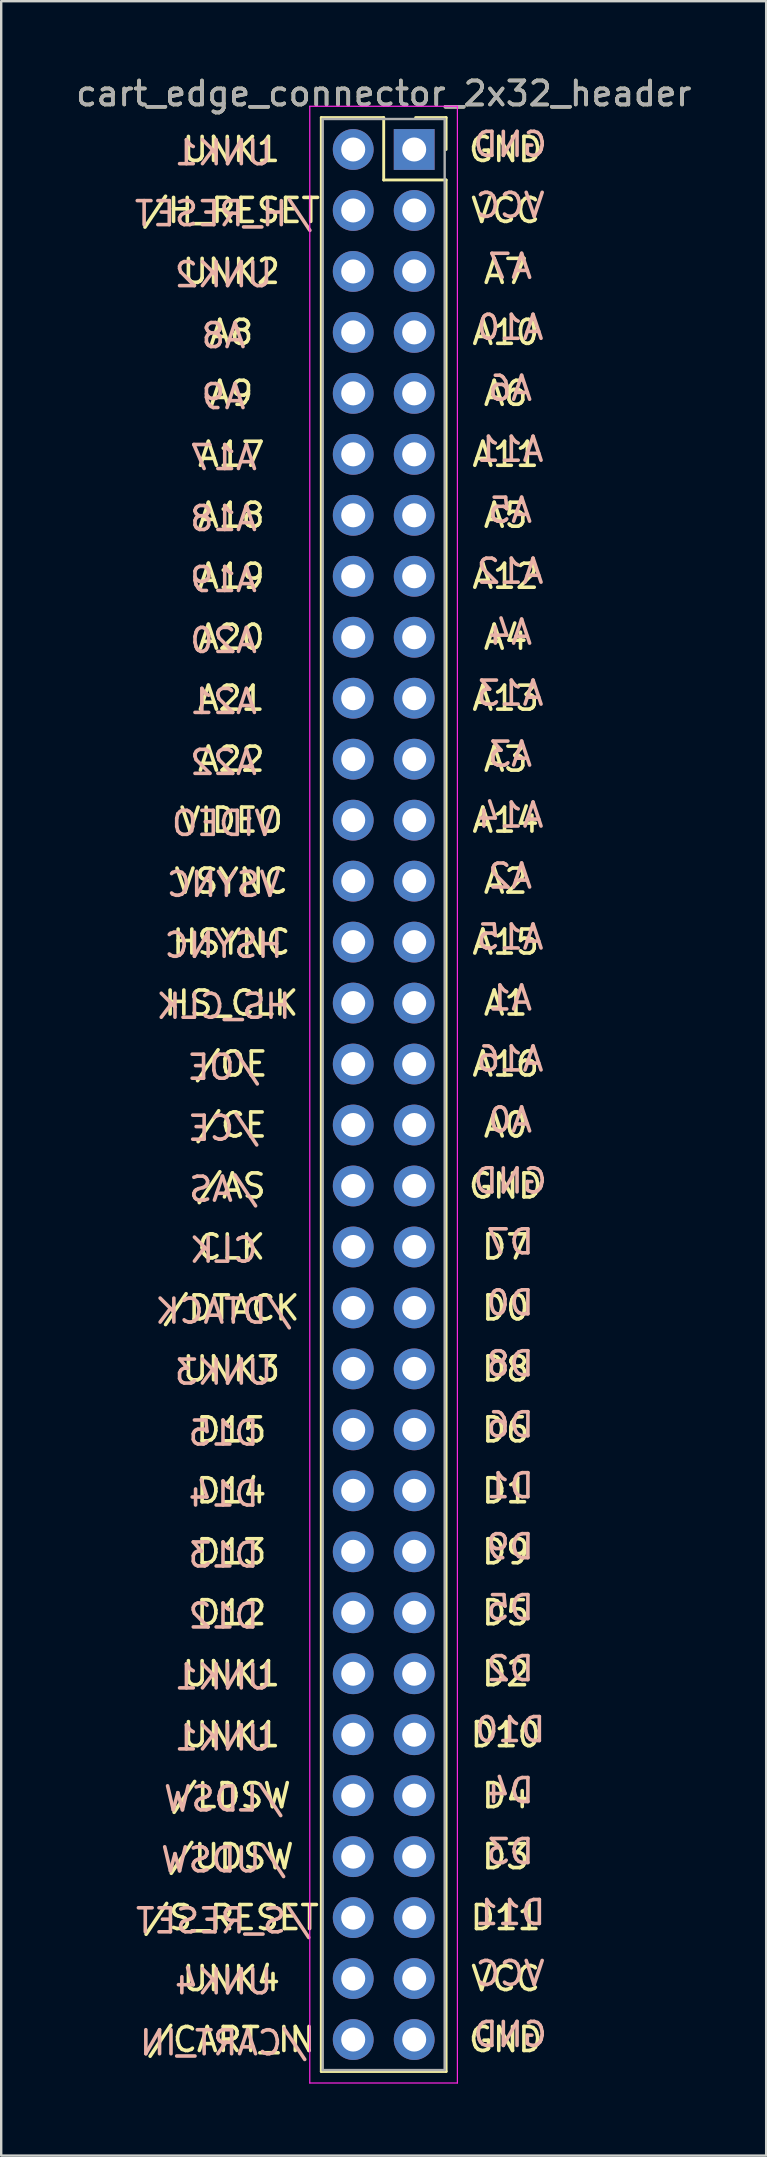
<source format=kicad_pcb>
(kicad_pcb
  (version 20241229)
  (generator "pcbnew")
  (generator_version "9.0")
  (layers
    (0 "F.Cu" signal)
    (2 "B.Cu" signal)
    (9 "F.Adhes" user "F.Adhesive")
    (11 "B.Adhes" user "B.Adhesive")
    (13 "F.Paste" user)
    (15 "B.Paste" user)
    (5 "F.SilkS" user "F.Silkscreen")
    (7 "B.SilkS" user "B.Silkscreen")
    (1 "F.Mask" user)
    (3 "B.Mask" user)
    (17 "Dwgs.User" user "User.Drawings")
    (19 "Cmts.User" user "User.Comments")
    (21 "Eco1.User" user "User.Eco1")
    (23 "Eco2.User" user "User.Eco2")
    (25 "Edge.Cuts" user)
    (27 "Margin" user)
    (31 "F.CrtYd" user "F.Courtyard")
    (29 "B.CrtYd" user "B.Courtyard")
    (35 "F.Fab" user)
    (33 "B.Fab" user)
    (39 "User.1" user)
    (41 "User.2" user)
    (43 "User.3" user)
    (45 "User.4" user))
  (footprint "cart_edge_connector_2x32_header"
    (layer "F.Cu")
    (at 14.205 3.178)
    (property "Reference" "cart_edge_connector_2x32_header" (at -1.27 -2.33 0) (layer "F.SilkS") (effects (font (size 1 1) (thickness 0.15))))
    (attr through_hole)
    (fp_line (start -3.87 -1.33) (end -1.27 -1.33) (stroke (width 0.12) (type solid)) (layer "F.SilkS"))
    (fp_line (start -3.87 80.07) (end -3.87 -1.33) (stroke (width 0.12) (type solid)) (layer "F.SilkS"))
    (fp_line (start -1.27 -1.33) (end -1.27 1.27) (stroke (width 0.12) (type solid)) (layer "F.SilkS"))
    (fp_line (start -1.27 1.27) (end 1.33 1.27) (stroke (width 0.12) (type solid)) (layer "F.SilkS"))
    (fp_line (start 1.33 -1.33) (end 0.06 -1.33) (stroke (width 0.12) (type solid)) (layer "F.SilkS"))
    (fp_line (start 1.33 0) (end 1.33 -1.33) (stroke (width 0.12) (type solid)) (layer "F.SilkS"))
    (fp_line (start 1.33 1.27) (end 1.33 80.07) (stroke (width 0.12) (type solid)) (layer "F.SilkS"))
    (fp_line (start 1.33 80.07) (end -3.87 80.07) (stroke (width 0.12) (type solid)) (layer "F.SilkS"))
    (fp_line (start -4.35 -1.8) (end -4.35 80.55) (stroke (width 0.05) (type solid)) (layer "F.CrtYd"))
    (fp_line (start -4.35 80.55) (end 1.8 80.55) (stroke (width 0.05) (type solid)) (layer "F.CrtYd"))
    (fp_line (start 1.8 -1.8) (end -4.35 -1.8) (stroke (width 0.05) (type solid)) (layer "F.CrtYd"))
    (fp_line (start 1.8 80.55) (end 1.8 -1.8) (stroke (width 0.05) (type solid)) (layer "F.CrtYd"))
    (fp_line (start -3.81 -1.27) (end -3.81 80.01) (stroke (width 0.1) (type solid)) (layer "F.Fab"))
    (fp_line (start -3.81 80.01) (end 1.27 80.01) (stroke (width 0.1) (type solid)) (layer "F.Fab"))
    (fp_line (start 1.27 -1.27) (end -3.81 -1.27) (stroke (width 0.1) (type solid)) (layer "F.Fab"))
    (fp_line (start 1.27 80.01) (end 1.27 -1.27) (stroke (width 0.1) (type solid)) (layer "F.Fab"))
    (fp_text user "A10" (at 3.81 7.62 0) (layer "F.SilkS") (effects (font (size 1 1) (thickness 0.15))))
    (fp_text user "/AS" (at -7.62 43.18 0) (layer "F.SilkS") (effects (font (size 1 1) (thickness 0.15))))
    (fp_text user "CLK" (at -7.62 45.72 0) (layer "F.SilkS") (effects (font (size 1 1) (thickness 0.15))))
    (fp_text user "/UDSW" (at -7.62 71.12 0) (layer "F.SilkS") (effects (font (size 1 1) (thickness 0.15))))
    (fp_text user "A0" (at 3.81 40.64 0) (layer "F.SilkS") (effects (font (size 1 1) (thickness 0.15))))
    (fp_text user "HS_CLK" (at -7.62 35.56 0) (layer "F.SilkS") (effects (font (size 1 1) (thickness 0.15))))
    (fp_text user "VSYNC" (at -7.62 30.48 0) (layer "F.SilkS") (effects (font (size 1 1) (thickness 0.15))))
    (fp_text user "A22" (at -7.62 25.4 0) (layer "F.SilkS") (effects (font (size 1 1) (thickness 0.15))))
    (fp_text user "UNK3" (at -7.62 50.8 0) (layer "F.SilkS") (effects (font (size 1 1) (thickness 0.15))))
    (fp_text user "A16" (at 3.81 38.1 0) (layer "F.SilkS") (effects (font (size 1 1) (thickness 0.15))))
    (fp_text user "D0" (at 3.81 48.26 0) (layer "F.SilkS") (effects (font (size 1 1) (thickness 0.15))))
    (fp_text user "A4" (at 3.81 20.32 0) (layer "F.SilkS") (effects (font (size 1 1) (thickness 0.15))))
    (fp_text user "A11" (at 3.81 12.7 0) (layer "F.SilkS") (effects (font (size 1 1) (thickness 0.15))))
    (fp_text user "VCC" (at 3.81 76.2 0) (layer "F.SilkS") (effects (font (size 1 1) (thickness 0.15))))
    (fp_text user "A8" (at -7.62 7.62 0) (layer "F.SilkS") (effects (font (size 1 1) (thickness 0.15))))
    (fp_text user "A18" (at -7.62 15.24 0) (layer "F.SilkS") (effects (font (size 1 1) (thickness 0.15))))
    (fp_text user "UNK1" (at -7.62 0 0) (layer "F.SilkS") (effects (font (size 1 1) (thickness 0.15))))
    (fp_text user "/CART_IN" (at -7.62 78.74 0) (layer "F.SilkS") (effects (font (size 1 1) (thickness 0.15))))
    (fp_text user "D7" (at 3.81 45.72 0) (layer "F.SilkS") (effects (font (size 1 1) (thickness 0.15))))
    (fp_text user "/CE" (at -7.62 40.64 0) (layer "F.SilkS") (effects (font (size 1 1) (thickness 0.15))))
    (fp_text user "A15" (at 3.81 33.02 0) (layer "F.SilkS") (effects (font (size 1 1) (thickness 0.15))))
    (fp_text user "GND" (at 3.81 43.18 0) (layer "F.SilkS") (effects (font (size 1 1) (thickness 0.15))))
    (fp_text user "/DTACK" (at -7.62 48.26 0) (layer "F.SilkS") (effects (font (size 1 1) (thickness 0.15))))
    (fp_text user "VIDEO" (at -7.62 27.94 0) (layer "F.SilkS") (effects (font (size 1 1) (thickness 0.15))))
    (fp_text user "VCC" (at 3.81 2.54 0) (layer "F.SilkS") (effects (font (size 1 1) (thickness 0.15))))
    (fp_text user "/S_RESET" (at -7.62 73.66 0) (layer "F.SilkS") (effects (font (size 1 1) (thickness 0.15))))
    (fp_text user "A6" (at 3.81 10.16 0) (layer "F.SilkS") (effects (font (size 1 1) (thickness 0.15))))
    (fp_text user "UNK2" (at -7.62 5.08 0) (layer "F.SilkS") (effects (font (size 1 1) (thickness 0.15))))
    (fp_text user "D3" (at 3.81 71.12 0) (layer "F.SilkS") (effects (font (size 1 1) (thickness 0.15))))
    (fp_text user "D15" (at -7.62 53.34 0) (layer "F.SilkS") (effects (font (size 1 1) (thickness 0.15))))
    (fp_text user "D13" (at -7.62 58.42 0) (layer "F.SilkS") (effects (font (size 1 1) (thickness 0.15))))
    (fp_text user "A13" (at 3.81 22.86 0) (layer "F.SilkS") (effects (font (size 1 1) (thickness 0.15))))
    (fp_text user "D1" (at 3.81 55.88 0) (layer "F.SilkS") (effects (font (size 1 1) (thickness 0.15))))
    (fp_text user "A20" (at -7.62 20.32 0) (layer "F.SilkS") (effects (font (size 1 1) (thickness 0.15))))
    (fp_text user "GND" (at 3.81 0 0) (layer "F.SilkS") (effects (font (size 1 1) (thickness 0.15))))
    (fp_text user "A17" (at -7.62 12.7 0) (layer "F.SilkS") (effects (font (size 1 1) (thickness 0.15))))
    (fp_text user "D4" (at 3.81 68.58 0) (layer "F.SilkS") (effects (font (size 1 1) (thickness 0.15))))
    (fp_text user "A21" (at -7.62 22.86 0) (layer "F.SilkS") (effects (font (size 1 1) (thickness 0.15))))
    (fp_text user "UNK1" (at -7.62 66.04 0) (layer "F.SilkS") (effects (font (size 1 1) (thickness 0.15))))
    (fp_text user "A14" (at 3.81 27.94 0) (layer "F.SilkS") (effects (font (size 1 1) (thickness 0.15))))
    (fp_text user "/OE" (at -7.62 38.1 0) (layer "F.SilkS") (effects (font (size 1 1) (thickness 0.15))))
    (fp_text user "D12" (at -7.62 60.96 0) (layer "F.SilkS") (effects (font (size 1 1) (thickness 0.15))))
    (fp_text user "D11" (at 3.81 73.66 0) (layer "F.SilkS") (effects (font (size 1 1) (thickness 0.15))))
    (fp_text user "A1" (at 3.81 35.56 0) (layer "F.SilkS") (effects (font (size 1 1) (thickness 0.15))))
    (fp_text user "A7" (at 3.81 5.08 0) (layer "F.SilkS") (effects (font (size 1 1) (thickness 0.15))))
    (fp_text user "D2" (at 3.81 63.5 0) (layer "F.SilkS") (effects (font (size 1 1) (thickness 0.15))))
    (fp_text user "A2" (at 3.81 30.48 0) (layer "F.SilkS") (effects (font (size 1 1) (thickness 0.15))))
    (fp_text user "D10" (at 3.81 66.04 0) (layer "F.SilkS") (effects (font (size 1 1) (thickness 0.15))))
    (fp_text user "GND" (at 3.81 78.74 0) (layer "F.SilkS") (effects (font (size 1 1) (thickness 0.15))))
    (fp_text user "/H_RESET" (at -7.62 2.54 0) (layer "F.SilkS") (effects (font (size 1 1) (thickness 0.15))))
    (fp_text user "A9" (at -7.62 10.16 0) (layer "F.SilkS") (effects (font (size 1 1) (thickness 0.15))))
    (fp_text user "HSYNC" (at -7.62 33.02 0) (layer "F.SilkS") (effects (font (size 1 1) (thickness 0.15))))
    (fp_text user "D14" (at -7.62 55.88 0) (layer "F.SilkS") (effects (font (size 1 1) (thickness 0.15))))
    (fp_text user "D6" (at 3.81 53.34 0) (layer "F.SilkS") (effects (font (size 1 1) (thickness 0.15))))
    (fp_text user "A19" (at -7.62 17.78 0) (layer "F.SilkS") (effects (font (size 1 1) (thickness 0.15))))
    (fp_text user "D9" (at 3.81 58.42 0) (layer "F.SilkS") (effects (font (size 1 1) (thickness 0.15))))
    (fp_text user "UNK4" (at -7.62 76.2 0) (layer "F.SilkS") (effects (font (size 1 1) (thickness 0.15))))
    (fp_text user "/LDSW" (at -7.62 68.58 0) (layer "F.SilkS") (effects (font (size 1 1) (thickness 0.15))))
    (fp_text user "A12" (at 3.81 17.78 0) (layer "F.SilkS") (effects (font (size 1 1) (thickness 0.15))))
    (fp_text user "D5" (at 3.81 60.96 0) (layer "F.SilkS") (effects (font (size 1 1) (thickness 0.15))))
    (fp_text user "A3" (at 3.81 25.4 0) (layer "F.SilkS") (effects (font (size 1 1) (thickness 0.15))))
    (fp_text user "UNK1" (at -7.62 63.5 0) (layer "F.SilkS") (effects (font (size 1 1) (thickness 0.15))))
    (fp_text user "D8" (at 3.81 50.8 0) (layer "F.SilkS") (effects (font (size 1 1) (thickness 0.15))))
    (fp_text user "A5" (at 3.81 15.24 0) (layer "F.SilkS") (effects (font (size 1 1) (thickness 0.15))))
    (fp_text user "D10" (at 3.999 65.829 180) (layer "B.SilkS") (effects (font (size 1 1) (thickness 0.15)) (justify mirror)))
    (fp_text user "/S_RESET" (at -7.941 73.795 180) (layer "B.SilkS") (effects (font (size 1 1) (thickness 0.15)) (justify mirror)))
    (fp_text user "D8" (at 3.999 50.589 180) (layer "B.SilkS") (effects (font (size 1 1) (thickness 0.15)) (justify mirror)))
    (fp_text user "D11" (at 3.999 73.449 180) (layer "B.SilkS") (effects (font (size 1 1) (thickness 0.15)) (justify mirror)))
    (fp_text user "A13" (at 3.999 22.649 180) (layer "B.SilkS") (effects (font (size 1 1) (thickness 0.15)) (justify mirror)))
    (fp_text user "A21" (at -7.941 22.995 180) (layer "B.SilkS") (effects (font (size 1 1) (thickness 0.15)) (justify mirror)))
    (fp_text user "A0" (at 3.999 40.429 180) (layer "B.SilkS") (effects (font (size 1 1) (thickness 0.15)) (justify mirror)))
    (fp_text user "A6" (at 3.999 9.949 180) (layer "B.SilkS") (effects (font (size 1 1) (thickness 0.15)) (justify mirror)))
    (fp_text user "D6" (at 3.999 53.129 180) (layer "B.SilkS") (effects (font (size 1 1) (thickness 0.15)) (justify mirror)))
    (fp_text user "A15" (at 3.999 32.809 180) (layer "B.SilkS") (effects (font (size 1 1) (thickness 0.15)) (justify mirror)))
    (fp_text user "A1" (at 3.999 35.349 180) (layer "B.SilkS") (effects (font (size 1 1) (thickness 0.15)) (justify mirror)))
    (fp_text user "HS_CLK" (at -7.941 35.695 180) (layer "B.SilkS") (effects (font (size 1 1) (thickness 0.15)) (justify mirror)))
    (fp_text user "/OE" (at -7.941 38.235 180) (layer "B.SilkS") (effects (font (size 1 1) (thickness 0.15)) (justify mirror)))
    (fp_text user "A8" (at -7.941 7.755 180) (layer "B.SilkS") (effects (font (size 1 1) (thickness 0.15)) (justify mirror)))
    (fp_text user "/LDSW" (at -7.941 68.715 180) (layer "B.SilkS") (effects (font (size 1 1) (thickness 0.15)) (justify mirror)))
    (fp_text user "/DTACK" (at -7.941 48.395 180) (layer "B.SilkS") (effects (font (size 1 1) (thickness 0.15)) (justify mirror)))
    (fp_text user "UNK3" (at -7.941 50.935 180) (layer "B.SilkS") (effects (font (size 1 1) (thickness 0.15)) (justify mirror)))
    (fp_text user "A14" (at 3.999 27.729 180) (layer "B.SilkS") (effects (font (size 1 1) (thickness 0.15)) (justify mirror)))
    (fp_text user "A17" (at -7.941 12.835 180) (layer "B.SilkS") (effects (font (size 1 1) (thickness 0.15)) (justify mirror)))
    (fp_text user "CLK" (at -7.941 45.855 180) (layer "B.SilkS") (effects (font (size 1 1) (thickness 0.15)) (justify mirror)))
    (fp_text user "D13" (at -7.941 58.555 180) (layer "B.SilkS") (effects (font (size 1 1) (thickness 0.15)) (justify mirror)))
    (fp_text user "GND" (at 3.999 42.969 180) (layer "B.SilkS") (effects (font (size 1 1) (thickness 0.15)) (justify mirror)))
    (fp_text user "A4" (at 3.999 20.109 180) (layer "B.SilkS") (effects (font (size 1 1) (thickness 0.15)) (justify mirror)))
    (fp_text user "A18" (at -7.941 15.375 180) (layer "B.SilkS") (effects (font (size 1 1) (thickness 0.15)) (justify mirror)))
    (fp_text user "UNK1" (at -7.941 0.135 180) (layer "B.SilkS") (effects (font (size 1 1) (thickness 0.15)) (justify mirror)))
    (fp_text user "D3" (at 3.999 70.909 180) (layer "B.SilkS") (effects (font (size 1 1) (thickness 0.15)) (justify mirror)))
    (fp_text user "D7" (at 3.999 45.509 180) (layer "B.SilkS") (effects (font (size 1 1) (thickness 0.15)) (justify mirror)))
    (fp_text user "A3" (at 3.999 25.189 180) (layer "B.SilkS") (effects (font (size 1 1) (thickness 0.15)) (justify mirror)))
    (fp_text user "A11" (at 3.999 12.489 180) (layer "B.SilkS") (effects (font (size 1 1) (thickness 0.15)) (justify mirror)))
    (fp_text user "A16" (at 3.999 37.889 180) (layer "B.SilkS") (effects (font (size 1 1) (thickness 0.15)) (justify mirror)))
    (fp_text user "UNK2" (at -7.941 5.215 180) (layer "B.SilkS") (effects (font (size 1 1) (thickness 0.15)) (justify mirror)))
    (fp_text user "UNK4" (at -7.941 76.335 180) (layer "B.SilkS") (effects (font (size 1 1) (thickness 0.15)) (justify mirror)))
    (fp_text user "A19" (at -7.941 17.915 180) (layer "B.SilkS") (effects (font (size 1 1) (thickness 0.15)) (justify mirror)))
    (fp_text user "HSYNC" (at -7.941 33.155 180) (layer "B.SilkS") (effects (font (size 1 1) (thickness 0.15)) (justify mirror)))
    (fp_text user "A2" (at 3.999 30.269 180) (layer "B.SilkS") (effects (font (size 1 1) (thickness 0.15)) (justify mirror)))
    (fp_text user "GND" (at 3.999 78.529 180) (layer "B.SilkS") (effects (font (size 1 1) (thickness 0.15)) (justify mirror)))
    (fp_text user "D15" (at -7.941 53.475 180) (layer "B.SilkS") (effects (font (size 1 1) (thickness 0.15)) (justify mirror)))
    (fp_text user "/CART_IN" (at -7.941 78.875 180) (layer "B.SilkS") (effects (font (size 1 1) (thickness 0.15)) (justify mirror)))
    (fp_text user "D5" (at 3.999 60.749 180) (layer "B.SilkS") (effects (font (size 1 1) (thickness 0.15)) (justify mirror)))
    (fp_text user "D9" (at 3.999 58.209 180) (layer "B.SilkS") (effects (font (size 1 1) (thickness 0.15)) (justify mirror)))
    (fp_text user "GND" (at 3.999 -0.211 180) (layer "B.SilkS") (effects (font (size 1 1) (thickness 0.15)) (justify mirror)))
    (fp_text user "UNK1" (at -7.941 63.635 180) (layer "B.SilkS") (effects (font (size 1 1) (thickness 0.15)) (justify mirror)))
    (fp_text user "UNK1" (at -7.941 66.175 180) (layer "B.SilkS") (effects (font (size 1 1) (thickness 0.15)) (justify mirror)))
    (fp_text user "D12" (at -7.941 61.095 180) (layer "B.SilkS") (effects (font (size 1 1) (thickness 0.15)) (justify mirror)))
    (fp_text user "A22" (at -7.941 25.535 180) (layer "B.SilkS") (effects (font (size 1 1) (thickness 0.15)) (justify mirror)))
    (fp_text user "A12" (at 3.999 17.569 180) (layer "B.SilkS") (effects (font (size 1 1) (thickness 0.15)) (justify mirror)))
    (fp_text user "A10" (at 3.999 7.409 180) (layer "B.SilkS") (effects (font (size 1 1) (thickness 0.15)) (justify mirror)))
    (fp_text user "D14" (at -7.941 56.015 180) (layer "B.SilkS") (effects (font (size 1 1) (thickness 0.15)) (justify mirror)))
    (fp_text user "D0" (at 3.999 48.049 180) (layer "B.SilkS") (effects (font (size 1 1) (thickness 0.15)) (justify mirror)))
    (fp_text user "D2" (at 3.999 63.289 180) (layer "B.SilkS") (effects (font (size 1 1) (thickness 0.15)) (justify mirror)))
    (fp_text user "D1" (at 3.999 55.669 180) (layer "B.SilkS") (effects (font (size 1 1) (thickness 0.15)) (justify mirror)))
    (fp_text user "A9" (at -7.941 10.295 180) (layer "B.SilkS") (effects (font (size 1 1) (thickness 0.15)) (justify mirror)))
    (fp_text user "A7" (at 3.999 4.869 180) (layer "B.SilkS") (effects (font (size 1 1) (thickness 0.15)) (justify mirror)))
    (fp_text user "/H_RESET" (at -7.941 2.675 180) (layer "B.SilkS") (effects (font (size 1 1) (thickness 0.15)) (justify mirror)))
    (fp_text user "/UDSW" (at -7.941 71.255 180) (layer "B.SilkS") (effects (font (size 1 1) (thickness 0.15)) (justify mirror)))
    (fp_text user "D4" (at 3.999 68.369 180) (layer "B.SilkS") (effects (font (size 1 1) (thickness 0.15)) (justify mirror)))
    (fp_text user "VSYNC" (at -7.941 30.615 180) (layer "B.SilkS") (effects (font (size 1 1) (thickness 0.15)) (justify mirror)))
    (fp_text user "VIDEO" (at -7.941 28.075 180) (layer "B.SilkS") (effects (font (size 1 1) (thickness 0.15)) (justify mirror)))
    (fp_text user "/AS" (at -7.941 43.315 180) (layer "B.SilkS") (effects (font (size 1 1) (thickness 0.15)) (justify mirror)))
    (fp_text user "VCC" (at 3.999 75.989 180) (layer "B.SilkS") (effects (font (size 1 1) (thickness 0.15)) (justify mirror)))
    (fp_text user "A5" (at 3.999 15.029 180) (layer "B.SilkS") (effects (font (size 1 1) (thickness 0.15)) (justify mirror)))
    (fp_text user "A20" (at -7.941 20.455 180) (layer "B.SilkS") (effects (font (size 1 1) (thickness 0.15)) (justify mirror)))
    (fp_text user "/CE" (at -7.941 40.775 180) (layer "B.SilkS") (effects (font (size 1 1) (thickness 0.15)) (justify mirror)))
    (fp_text user "VCC" (at 3.999 2.329 180) (layer "B.SilkS") (effects (font (size 1 1) (thickness 0.15)) (justify mirror)))
    (fp_text user "${REFERENCE}" (at -1.27 -2.33 0) (layer "F.Fab") (effects (font (size 1 1) (thickness 0.15))))
    (pad "A01" thru_hole rect (at 0 0) (size 1.7 1.7) (drill 1) (layers "*.Cu" "*.Mask"))
    (pad "A02" thru_hole oval (at 0 2.54) (size 1.7 1.7) (drill 1) (layers "*.Cu" "*.Mask"))
    (pad "A03" thru_hole oval (at 0 5.08) (size 1.7 1.7) (drill 1) (layers "*.Cu" "*.Mask"))
    (pad "A04" thru_hole oval (at 0 7.62) (size 1.7 1.7) (drill 1) (layers "*.Cu" "*.Mask"))
    (pad "A05" thru_hole oval (at 0 10.16) (size 1.7 1.7) (drill 1) (layers "*.Cu" "*.Mask"))
    (pad "A06" thru_hole oval (at 0 12.7) (size 1.7 1.7) (drill 1) (layers "*.Cu" "*.Mask"))
    (pad "A07" thru_hole oval (at 0 15.24) (size 1.7 1.7) (drill 1) (layers "*.Cu" "*.Mask"))
    (pad "A08" thru_hole oval (at 0 17.78) (size 1.7 1.7) (drill 1) (layers "*.Cu" "*.Mask"))
    (pad "A09" thru_hole oval (at 0 20.32) (size 1.7 1.7) (drill 1) (layers "*.Cu" "*.Mask"))
    (pad "A10" thru_hole oval (at 0 22.86) (size 1.7 1.7) (drill 1) (layers "*.Cu" "*.Mask"))
    (pad "A11" thru_hole oval (at 0 25.4) (size 1.7 1.7) (drill 1) (layers "*.Cu" "*.Mask"))
    (pad "A12" thru_hole oval (at 0 27.94) (size 1.7 1.7) (drill 1) (layers "*.Cu" "*.Mask"))
    (pad "A13" thru_hole oval (at 0 30.48) (size 1.7 1.7) (drill 1) (layers "*.Cu" "*.Mask"))
    (pad "A14" thru_hole oval (at 0 33.02) (size 1.7 1.7) (drill 1) (layers "*.Cu" "*.Mask"))
    (pad "A15" thru_hole oval (at 0 35.56) (size 1.7 1.7) (drill 1) (layers "*.Cu" "*.Mask"))
    (pad "A16" thru_hole oval (at 0 38.1) (size 1.7 1.7) (drill 1) (layers "*.Cu" "*.Mask"))
    (pad "A17" thru_hole oval (at 0 40.64) (size 1.7 1.7) (drill 1) (layers "*.Cu" "*.Mask"))
    (pad "A18" thru_hole oval (at 0 43.18) (size 1.7 1.7) (drill 1) (layers "*.Cu" "*.Mask"))
    (pad "A19" thru_hole oval (at 0 45.72) (size 1.7 1.7) (drill 1) (layers "*.Cu" "*.Mask"))
    (pad "A20" thru_hole oval (at 0 48.26) (size 1.7 1.7) (drill 1) (layers "*.Cu" "*.Mask"))
    (pad "A21" thru_hole oval (at 0 50.8) (size 1.7 1.7) (drill 1) (layers "*.Cu" "*.Mask"))
    (pad "A22" thru_hole oval (at 0 53.34) (size 1.7 1.7) (drill 1) (layers "*.Cu" "*.Mask"))
    (pad "A23" thru_hole oval (at 0 55.88) (size 1.7 1.7) (drill 1) (layers "*.Cu" "*.Mask"))
    (pad "A24" thru_hole oval (at 0 58.42) (size 1.7 1.7) (drill 1) (layers "*.Cu" "*.Mask"))
    (pad "A25" thru_hole oval (at 0 60.96) (size 1.7 1.7) (drill 1) (layers "*.Cu" "*.Mask"))
    (pad "A26" thru_hole oval (at 0 63.5) (size 1.7 1.7) (drill 1) (layers "*.Cu" "*.Mask"))
    (pad "A27" thru_hole oval (at 0 66.04) (size 1.7 1.7) (drill 1) (layers "*.Cu" "*.Mask"))
    (pad "A28" thru_hole oval (at 0 68.58) (size 1.7 1.7) (drill 1) (layers "*.Cu" "*.Mask"))
    (pad "A29" thru_hole oval (at 0 71.12) (size 1.7 1.7) (drill 1) (layers "*.Cu" "*.Mask"))
    (pad "A30" thru_hole oval (at 0 73.66) (size 1.7 1.7) (drill 1) (layers "*.Cu" "*.Mask"))
    (pad "A31" thru_hole oval (at 0 76.2) (size 1.7 1.7) (drill 1) (layers "*.Cu" "*.Mask"))
    (pad "A32" thru_hole oval (at 0 78.74) (size 1.7 1.7) (drill 1) (layers "*.Cu" "*.Mask"))
    (pad "B01" thru_hole oval (at -2.54 0) (size 1.7 1.7) (drill 1) (layers "*.Cu" "*.Mask"))
    (pad "B02" thru_hole oval (at -2.54 2.54) (size 1.7 1.7) (drill 1) (layers "*.Cu" "*.Mask"))
    (pad "B03" thru_hole oval (at -2.54 5.08) (size 1.7 1.7) (drill 1) (layers "*.Cu" "*.Mask"))
    (pad "B04" thru_hole oval (at -2.54 7.62) (size 1.7 1.7) (drill 1) (layers "*.Cu" "*.Mask"))
    (pad "B05" thru_hole oval (at -2.54 10.16) (size 1.7 1.7) (drill 1) (layers "*.Cu" "*.Mask"))
    (pad "B06" thru_hole oval (at -2.54 12.7) (size 1.7 1.7) (drill 1) (layers "*.Cu" "*.Mask"))
    (pad "B07" thru_hole oval (at -2.54 15.24) (size 1.7 1.7) (drill 1) (layers "*.Cu" "*.Mask"))
    (pad "B08" thru_hole oval (at -2.54 17.78) (size 1.7 1.7) (drill 1) (layers "*.Cu" "*.Mask"))
    (pad "B09" thru_hole oval (at -2.54 20.32) (size 1.7 1.7) (drill 1) (layers "*.Cu" "*.Mask"))
    (pad "B10" thru_hole oval (at -2.54 22.86) (size 1.7 1.7) (drill 1) (layers "*.Cu" "*.Mask"))
    (pad "B11" thru_hole oval (at -2.54 25.4) (size 1.7 1.7) (drill 1) (layers "*.Cu" "*.Mask"))
    (pad "B12" thru_hole oval (at -2.54 27.94) (size 1.7 1.7) (drill 1) (layers "*.Cu" "*.Mask"))
    (pad "B13" thru_hole oval (at -2.54 30.48) (size 1.7 1.7) (drill 1) (layers "*.Cu" "*.Mask"))
    (pad "B14" thru_hole oval (at -2.54 33.02) (size 1.7 1.7) (drill 1) (layers "*.Cu" "*.Mask"))
    (pad "B15" thru_hole oval (at -2.54 35.56) (size 1.7 1.7) (drill 1) (layers "*.Cu" "*.Mask"))
    (pad "B16" thru_hole oval (at -2.54 38.1) (size 1.7 1.7) (drill 1) (layers "*.Cu" "*.Mask"))
    (pad "B17" thru_hole oval (at -2.54 40.64) (size 1.7 1.7) (drill 1) (layers "*.Cu" "*.Mask"))
    (pad "B18" thru_hole oval (at -2.54 43.18) (size 1.7 1.7) (drill 1) (layers "*.Cu" "*.Mask"))
    (pad "B19" thru_hole oval (at -2.54 45.72) (size 1.7 1.7) (drill 1) (layers "*.Cu" "*.Mask"))
    (pad "B20" thru_hole oval (at -2.54 48.26) (size 1.7 1.7) (drill 1) (layers "*.Cu" "*.Mask"))
    (pad "B21" thru_hole oval (at -2.54 50.8) (size 1.7 1.7) (drill 1) (layers "*.Cu" "*.Mask"))
    (pad "B22" thru_hole oval (at -2.54 53.34) (size 1.7 1.7) (drill 1) (layers "*.Cu" "*.Mask"))
    (pad "B23" thru_hole oval (at -2.54 55.88) (size 1.7 1.7) (drill 1) (layers "*.Cu" "*.Mask"))
    (pad "B24" thru_hole oval (at -2.54 58.42) (size 1.7 1.7) (drill 1) (layers "*.Cu" "*.Mask"))
    (pad "B25" thru_hole oval (at -2.54 60.96) (size 1.7 1.7) (drill 1) (layers "*.Cu" "*.Mask"))
    (pad "B26" thru_hole oval (at -2.54 63.5) (size 1.7 1.7) (drill 1) (layers "*.Cu" "*.Mask"))
    (pad "B27" thru_hole oval (at -2.54 66.04) (size 1.7 1.7) (drill 1) (layers "*.Cu" "*.Mask"))
    (pad "B28" thru_hole oval (at -2.54 68.58) (size 1.7 1.7) (drill 1) (layers "*.Cu" "*.Mask"))
    (pad "B29" thru_hole oval (at -2.54 71.12) (size 1.7 1.7) (drill 1) (layers "*.Cu" "*.Mask"))
    (pad "B30" thru_hole oval (at -2.54 73.66) (size 1.7 1.7) (drill 1) (layers "*.Cu" "*.Mask"))
    (pad "B31" thru_hole oval (at -2.54 76.2) (size 1.7 1.7) (drill 1) (layers "*.Cu" "*.Mask"))
    (pad "B32" thru_hole oval (at -2.54 78.74) (size 1.7 1.7) (drill 1) (layers "*.Cu" "*.Mask")))
  (gr_rect
    (start -3 -3)
    (end 28.869 86.753)
    (stroke (width 0.1) (type default))
    (fill no)
    (layer "Edge.Cuts")))
</source>
